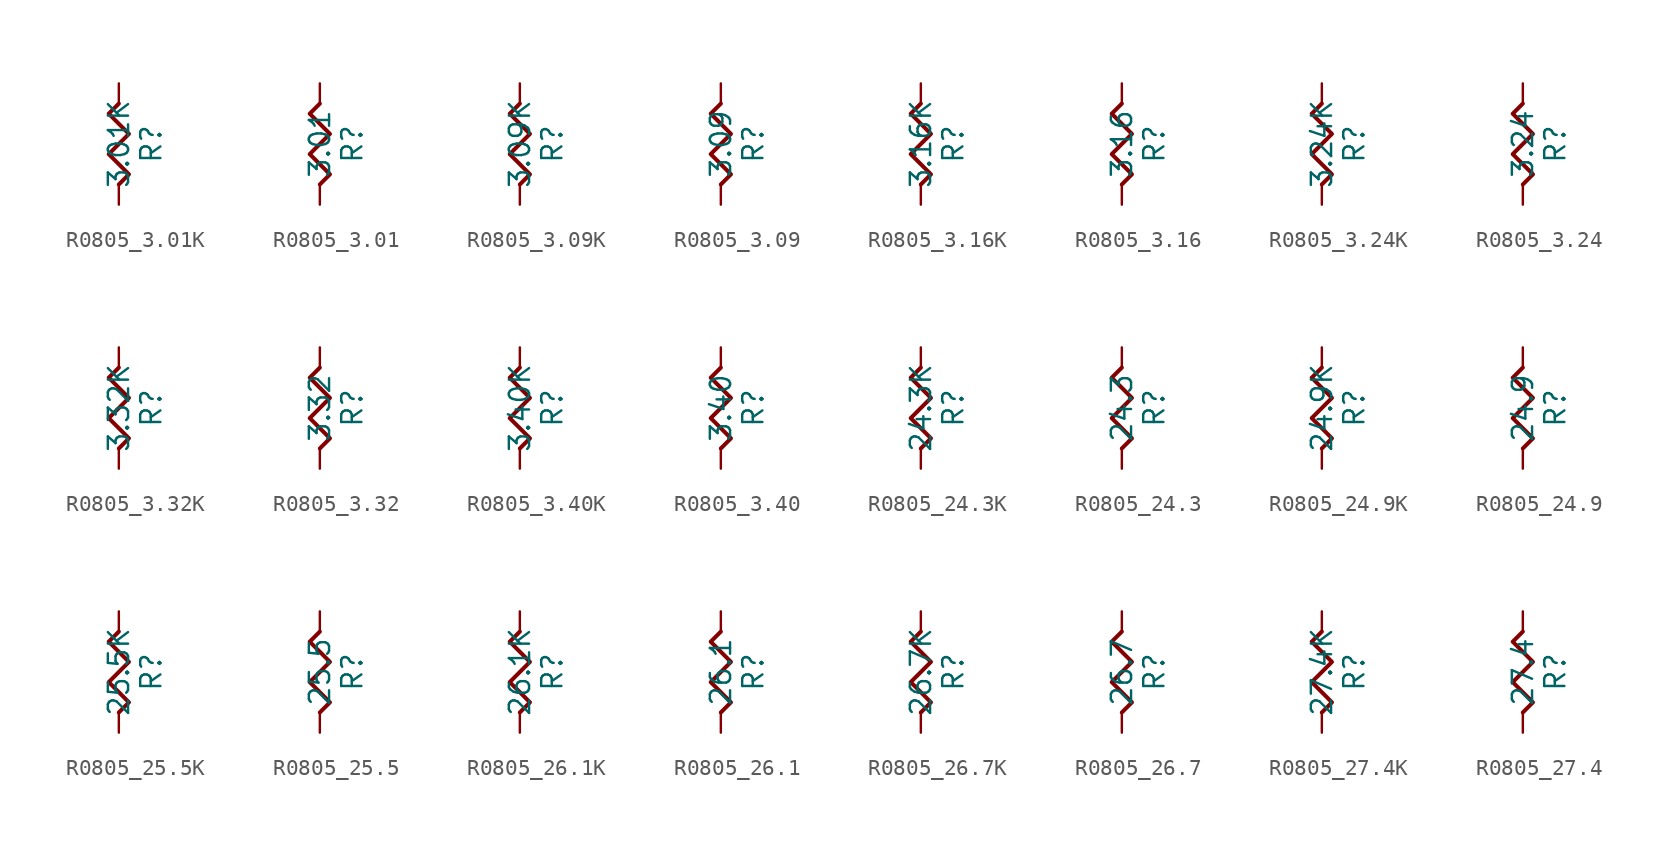
<source format=kicad_sym>
(kicad_symbol_lib
  (version 20211014)
  (generator atlantix-eda)
  (symbol "R0805_3.01K"
    (pin_numbers hide)
    (pin_names
      (offset 0))
    (property "Reference" "R"
      (at 2.032 0 90)
      (effects (font (size 1.27 1.27))))
    (property "Value" "3.01K"
      (at 0 0 90)
      (effects (font (size 1.27 1.27))))
    (symbol "R0805_3.01K_0_1"
      (polyline (pts (xy 0 -2.54) (xy 0.635 -1.905) (xy -0.635 -0.635) (xy 0.635 0.635) (xy -0.635 1.905) (xy 0 2.54)) (stroke (width 0.254) (type default) (color 0 0 0 0)) (fill (type none))))
    (symbol "R0805_3.01K_1_1"
      (pin passive line (at 0 3.81 270) (length 1.27) (name "~" (effects (font (size 1.27 1.27)))) (number "1" (effects (font (size 1.27 1.27)))))
      (pin passive line (at 0 -3.81 90) (length 1.27) (name "~" (effects (font (size 1.27 1.27)))) (number "2" (effects (font (size 1.27 1.27)))))))
  (symbol "R0805_3.01"
    (pin_numbers hide)
    (pin_names
      (offset 0))
    (property "Reference" "R"
      (at 2.032 0 90)
      (effects (font (size 1.27 1.27))))
    (property "Value" "3.01"
      (at 0 0 90)
      (effects (font (size 1.27 1.27))))
    (symbol "R0805_3.01_0_1"
      (polyline (pts (xy 0 -2.54) (xy 0.635 -1.905) (xy -0.635 -0.635) (xy 0.635 0.635) (xy -0.635 1.905) (xy 0 2.54)) (stroke (width 0.254) (type default) (color 0 0 0 0)) (fill (type none))))
    (symbol "R0805_3.01_1_1"
      (pin passive line (at 0 3.81 270) (length 1.27) (name "~" (effects (font (size 1.27 1.27)))) (number "1" (effects (font (size 1.27 1.27)))))
      (pin passive line (at 0 -3.81 90) (length 1.27) (name "~" (effects (font (size 1.27 1.27)))) (number "2" (effects (font (size 1.27 1.27)))))))
  (symbol "R0805_3.09K"
    (pin_numbers hide)
    (pin_names
      (offset 0))
    (property "Reference" "R"
      (at 2.032 0 90)
      (effects (font (size 1.27 1.27))))
    (property "Value" "3.09K"
      (at 0 0 90)
      (effects (font (size 1.27 1.27))))
    (symbol "R0805_3.09K_0_1"
      (polyline (pts (xy 0 -2.54) (xy 0.635 -1.905) (xy -0.635 -0.635) (xy 0.635 0.635) (xy -0.635 1.905) (xy 0 2.54)) (stroke (width 0.254) (type default) (color 0 0 0 0)) (fill (type none))))
    (symbol "R0805_3.09K_1_1"
      (pin passive line (at 0 3.81 270) (length 1.27) (name "~" (effects (font (size 1.27 1.27)))) (number "1" (effects (font (size 1.27 1.27)))))
      (pin passive line (at 0 -3.81 90) (length 1.27) (name "~" (effects (font (size 1.27 1.27)))) (number "2" (effects (font (size 1.27 1.27)))))))
  (symbol "R0805_3.09"
    (pin_numbers hide)
    (pin_names
      (offset 0))
    (property "Reference" "R"
      (at 2.032 0 90)
      (effects (font (size 1.27 1.27))))
    (property "Value" "3.09"
      (at 0 0 90)
      (effects (font (size 1.27 1.27))))
    (symbol "R0805_3.09_0_1"
      (polyline (pts (xy 0 -2.54) (xy 0.635 -1.905) (xy -0.635 -0.635) (xy 0.635 0.635) (xy -0.635 1.905) (xy 0 2.54)) (stroke (width 0.254) (type default) (color 0 0 0 0)) (fill (type none))))
    (symbol "R0805_3.09_1_1"
      (pin passive line (at 0 3.81 270) (length 1.27) (name "~" (effects (font (size 1.27 1.27)))) (number "1" (effects (font (size 1.27 1.27)))))
      (pin passive line (at 0 -3.81 90) (length 1.27) (name "~" (effects (font (size 1.27 1.27)))) (number "2" (effects (font (size 1.27 1.27)))))))
  (symbol "R0805_3.16K"
    (pin_numbers hide)
    (pin_names
      (offset 0))
    (property "Reference" "R"
      (at 2.032 0 90)
      (effects (font (size 1.27 1.27))))
    (property "Value" "3.16K"
      (at 0 0 90)
      (effects (font (size 1.27 1.27))))
    (symbol "R0805_3.16K_0_1"
      (polyline (pts (xy 0 -2.54) (xy 0.635 -1.905) (xy -0.635 -0.635) (xy 0.635 0.635) (xy -0.635 1.905) (xy 0 2.54)) (stroke (width 0.254) (type default) (color 0 0 0 0)) (fill (type none))))
    (symbol "R0805_3.16K_1_1"
      (pin passive line (at 0 3.81 270) (length 1.27) (name "~" (effects (font (size 1.27 1.27)))) (number "1" (effects (font (size 1.27 1.27)))))
      (pin passive line (at 0 -3.81 90) (length 1.27) (name "~" (effects (font (size 1.27 1.27)))) (number "2" (effects (font (size 1.27 1.27)))))))
  (symbol "R0805_3.16"
    (pin_numbers hide)
    (pin_names
      (offset 0))
    (property "Reference" "R"
      (at 2.032 0 90)
      (effects (font (size 1.27 1.27))))
    (property "Value" "3.16"
      (at 0 0 90)
      (effects (font (size 1.27 1.27))))
    (symbol "R0805_3.16_0_1"
      (polyline (pts (xy 0 -2.54) (xy 0.635 -1.905) (xy -0.635 -0.635) (xy 0.635 0.635) (xy -0.635 1.905) (xy 0 2.54)) (stroke (width 0.254) (type default) (color 0 0 0 0)) (fill (type none))))
    (symbol "R0805_3.16_1_1"
      (pin passive line (at 0 3.81 270) (length 1.27) (name "~" (effects (font (size 1.27 1.27)))) (number "1" (effects (font (size 1.27 1.27)))))
      (pin passive line (at 0 -3.81 90) (length 1.27) (name "~" (effects (font (size 1.27 1.27)))) (number "2" (effects (font (size 1.27 1.27)))))))
  (symbol "R0805_3.24K"
    (pin_numbers hide)
    (pin_names
      (offset 0))
    (property "Reference" "R"
      (at 2.032 0 90)
      (effects (font (size 1.27 1.27))))
    (property "Value" "3.24K"
      (at 0 0 90)
      (effects (font (size 1.27 1.27))))
    (symbol "R0805_3.24K_0_1"
      (polyline (pts (xy 0 -2.54) (xy 0.635 -1.905) (xy -0.635 -0.635) (xy 0.635 0.635) (xy -0.635 1.905) (xy 0 2.54)) (stroke (width 0.254) (type default) (color 0 0 0 0)) (fill (type none))))
    (symbol "R0805_3.24K_1_1"
      (pin passive line (at 0 3.81 270) (length 1.27) (name "~" (effects (font (size 1.27 1.27)))) (number "1" (effects (font (size 1.27 1.27)))))
      (pin passive line (at 0 -3.81 90) (length 1.27) (name "~" (effects (font (size 1.27 1.27)))) (number "2" (effects (font (size 1.27 1.27)))))))
  (symbol "R0805_3.24"
    (pin_numbers hide)
    (pin_names
      (offset 0))
    (property "Reference" "R"
      (at 2.032 0 90)
      (effects (font (size 1.27 1.27))))
    (property "Value" "3.24"
      (at 0 0 90)
      (effects (font (size 1.27 1.27))))
    (symbol "R0805_3.24_0_1"
      (polyline (pts (xy 0 -2.54) (xy 0.635 -1.905) (xy -0.635 -0.635) (xy 0.635 0.635) (xy -0.635 1.905) (xy 0 2.54)) (stroke (width 0.254) (type default) (color 0 0 0 0)) (fill (type none))))
    (symbol "R0805_3.24_1_1"
      (pin passive line (at 0 3.81 270) (length 1.27) (name "~" (effects (font (size 1.27 1.27)))) (number "1" (effects (font (size 1.27 1.27)))))
      (pin passive line (at 0 -3.81 90) (length 1.27) (name "~" (effects (font (size 1.27 1.27)))) (number "2" (effects (font (size 1.27 1.27)))))))
  (symbol "R0805_3.32K"
    (pin_numbers hide)
    (pin_names
      (offset 0))
    (property "Reference" "R"
      (at 2.032 0 90)
      (effects (font (size 1.27 1.27))))
    (property "Value" "3.32K"
      (at 0 0 90)
      (effects (font (size 1.27 1.27))))
    (symbol "R0805_3.32K_0_1"
      (polyline (pts (xy 0 -2.54) (xy 0.635 -1.905) (xy -0.635 -0.635) (xy 0.635 0.635) (xy -0.635 1.905) (xy 0 2.54)) (stroke (width 0.254) (type default) (color 0 0 0 0)) (fill (type none))))
    (symbol "R0805_3.32K_1_1"
      (pin passive line (at 0 3.81 270) (length 1.27) (name "~" (effects (font (size 1.27 1.27)))) (number "1" (effects (font (size 1.27 1.27)))))
      (pin passive line (at 0 -3.81 90) (length 1.27) (name "~" (effects (font (size 1.27 1.27)))) (number "2" (effects (font (size 1.27 1.27)))))))
  (symbol "R0805_3.32"
    (pin_numbers hide)
    (pin_names
      (offset 0))
    (property "Reference" "R"
      (at 2.032 0 90)
      (effects (font (size 1.27 1.27))))
    (property "Value" "3.32"
      (at 0 0 90)
      (effects (font (size 1.27 1.27))))
    (symbol "R0805_3.32_0_1"
      (polyline (pts (xy 0 -2.54) (xy 0.635 -1.905) (xy -0.635 -0.635) (xy 0.635 0.635) (xy -0.635 1.905) (xy 0 2.54)) (stroke (width 0.254) (type default) (color 0 0 0 0)) (fill (type none))))
    (symbol "R0805_3.32_1_1"
      (pin passive line (at 0 3.81 270) (length 1.27) (name "~" (effects (font (size 1.27 1.27)))) (number "1" (effects (font (size 1.27 1.27)))))
      (pin passive line (at 0 -3.81 90) (length 1.27) (name "~" (effects (font (size 1.27 1.27)))) (number "2" (effects (font (size 1.27 1.27)))))))
  (symbol "R0805_3.40K"
    (pin_numbers hide)
    (pin_names
      (offset 0))
    (property "Reference" "R"
      (at 2.032 0 90)
      (effects (font (size 1.27 1.27))))
    (property "Value" "3.40K"
      (at 0 0 90)
      (effects (font (size 1.27 1.27))))
    (symbol "R0805_3.40K_0_1"
      (polyline (pts (xy 0 -2.54) (xy 0.635 -1.905) (xy -0.635 -0.635) (xy 0.635 0.635) (xy -0.635 1.905) (xy 0 2.54)) (stroke (width 0.254) (type default) (color 0 0 0 0)) (fill (type none))))
    (symbol "R0805_3.40K_1_1"
      (pin passive line (at 0 3.81 270) (length 1.27) (name "~" (effects (font (size 1.27 1.27)))) (number "1" (effects (font (size 1.27 1.27)))))
      (pin passive line (at 0 -3.81 90) (length 1.27) (name "~" (effects (font (size 1.27 1.27)))) (number "2" (effects (font (size 1.27 1.27)))))))
  (symbol "R0805_3.40"
    (pin_numbers hide)
    (pin_names
      (offset 0))
    (property "Reference" "R"
      (at 2.032 0 90)
      (effects (font (size 1.27 1.27))))
    (property "Value" "3.40"
      (at 0 0 90)
      (effects (font (size 1.27 1.27))))
    (symbol "R0805_3.40_0_1"
      (polyline (pts (xy 0 -2.54) (xy 0.635 -1.905) (xy -0.635 -0.635) (xy 0.635 0.635) (xy -0.635 1.905) (xy 0 2.54)) (stroke (width 0.254) (type default) (color 0 0 0 0)) (fill (type none))))
    (symbol "R0805_3.40_1_1"
      (pin passive line (at 0 3.81 270) (length 1.27) (name "~" (effects (font (size 1.27 1.27)))) (number "1" (effects (font (size 1.27 1.27)))))
      (pin passive line (at 0 -3.81 90) (length 1.27) (name "~" (effects (font (size 1.27 1.27)))) (number "2" (effects (font (size 1.27 1.27)))))))
  (symbol "R0805_24.3K"
    (pin_numbers hide)
    (pin_names
      (offset 0))
    (property "Reference" "R"
      (at 2.032 0 90)
      (effects (font (size 1.27 1.27))))
    (property "Value" "24.3K"
      (at 0 0 90)
      (effects (font (size 1.27 1.27))))
    (symbol "R0805_24.3K_0_1"
      (polyline (pts (xy 0 -2.54) (xy 0.635 -1.905) (xy -0.635 -0.635) (xy 0.635 0.635) (xy -0.635 1.905) (xy 0 2.54)) (stroke (width 0.254) (type default) (color 0 0 0 0)) (fill (type none))))
    (symbol "R0805_24.3K_1_1"
      (pin passive line (at 0 3.81 270) (length 1.27) (name "~" (effects (font (size 1.27 1.27)))) (number "1" (effects (font (size 1.27 1.27)))))
      (pin passive line (at 0 -3.81 90) (length 1.27) (name "~" (effects (font (size 1.27 1.27)))) (number "2" (effects (font (size 1.27 1.27)))))))
  (symbol "R0805_24.3"
    (pin_numbers hide)
    (pin_names
      (offset 0))
    (property "Reference" "R"
      (at 2.032 0 90)
      (effects (font (size 1.27 1.27))))
    (property "Value" "24.3"
      (at 0 0 90)
      (effects (font (size 1.27 1.27))))
    (symbol "R0805_24.3_0_1"
      (polyline (pts (xy 0 -2.54) (xy 0.635 -1.905) (xy -0.635 -0.635) (xy 0.635 0.635) (xy -0.635 1.905) (xy 0 2.54)) (stroke (width 0.254) (type default) (color 0 0 0 0)) (fill (type none))))
    (symbol "R0805_24.3_1_1"
      (pin passive line (at 0 3.81 270) (length 1.27) (name "~" (effects (font (size 1.27 1.27)))) (number "1" (effects (font (size 1.27 1.27)))))
      (pin passive line (at 0 -3.81 90) (length 1.27) (name "~" (effects (font (size 1.27 1.27)))) (number "2" (effects (font (size 1.27 1.27)))))))
  (symbol "R0805_24.9K"
    (pin_numbers hide)
    (pin_names
      (offset 0))
    (property "Reference" "R"
      (at 2.032 0 90)
      (effects (font (size 1.27 1.27))))
    (property "Value" "24.9K"
      (at 0 0 90)
      (effects (font (size 1.27 1.27))))
    (symbol "R0805_24.9K_0_1"
      (polyline (pts (xy 0 -2.54) (xy 0.635 -1.905) (xy -0.635 -0.635) (xy 0.635 0.635) (xy -0.635 1.905) (xy 0 2.54)) (stroke (width 0.254) (type default) (color 0 0 0 0)) (fill (type none))))
    (symbol "R0805_24.9K_1_1"
      (pin passive line (at 0 3.81 270) (length 1.27) (name "~" (effects (font (size 1.27 1.27)))) (number "1" (effects (font (size 1.27 1.27)))))
      (pin passive line (at 0 -3.81 90) (length 1.27) (name "~" (effects (font (size 1.27 1.27)))) (number "2" (effects (font (size 1.27 1.27)))))))
  (symbol "R0805_24.9"
    (pin_numbers hide)
    (pin_names
      (offset 0))
    (property "Reference" "R"
      (at 2.032 0 90)
      (effects (font (size 1.27 1.27))))
    (property "Value" "24.9"
      (at 0 0 90)
      (effects (font (size 1.27 1.27))))
    (symbol "R0805_24.9_0_1"
      (polyline (pts (xy 0 -2.54) (xy 0.635 -1.905) (xy -0.635 -0.635) (xy 0.635 0.635) (xy -0.635 1.905) (xy 0 2.54)) (stroke (width 0.254) (type default) (color 0 0 0 0)) (fill (type none))))
    (symbol "R0805_24.9_1_1"
      (pin passive line (at 0 3.81 270) (length 1.27) (name "~" (effects (font (size 1.27 1.27)))) (number "1" (effects (font (size 1.27 1.27)))))
      (pin passive line (at 0 -3.81 90) (length 1.27) (name "~" (effects (font (size 1.27 1.27)))) (number "2" (effects (font (size 1.27 1.27)))))))
  (symbol "R0805_25.5K"
    (pin_numbers hide)
    (pin_names
      (offset 0))
    (property "Reference" "R"
      (at 2.032 0 90)
      (effects (font (size 1.27 1.27))))
    (property "Value" "25.5K"
      (at 0 0 90)
      (effects (font (size 1.27 1.27))))
    (symbol "R0805_25.5K_0_1"
      (polyline (pts (xy 0 -2.54) (xy 0.635 -1.905) (xy -0.635 -0.635) (xy 0.635 0.635) (xy -0.635 1.905) (xy 0 2.54)) (stroke (width 0.254) (type default) (color 0 0 0 0)) (fill (type none))))
    (symbol "R0805_25.5K_1_1"
      (pin passive line (at 0 3.81 270) (length 1.27) (name "~" (effects (font (size 1.27 1.27)))) (number "1" (effects (font (size 1.27 1.27)))))
      (pin passive line (at 0 -3.81 90) (length 1.27) (name "~" (effects (font (size 1.27 1.27)))) (number "2" (effects (font (size 1.27 1.27)))))))
  (symbol "R0805_25.5"
    (pin_numbers hide)
    (pin_names
      (offset 0))
    (property "Reference" "R"
      (at 2.032 0 90)
      (effects (font (size 1.27 1.27))))
    (property "Value" "25.5"
      (at 0 0 90)
      (effects (font (size 1.27 1.27))))
    (symbol "R0805_25.5_0_1"
      (polyline (pts (xy 0 -2.54) (xy 0.635 -1.905) (xy -0.635 -0.635) (xy 0.635 0.635) (xy -0.635 1.905) (xy 0 2.54)) (stroke (width 0.254) (type default) (color 0 0 0 0)) (fill (type none))))
    (symbol "R0805_25.5_1_1"
      (pin passive line (at 0 3.81 270) (length 1.27) (name "~" (effects (font (size 1.27 1.27)))) (number "1" (effects (font (size 1.27 1.27)))))
      (pin passive line (at 0 -3.81 90) (length 1.27) (name "~" (effects (font (size 1.27 1.27)))) (number "2" (effects (font (size 1.27 1.27)))))))
  (symbol "R0805_26.1K"
    (pin_numbers hide)
    (pin_names
      (offset 0))
    (property "Reference" "R"
      (at 2.032 0 90)
      (effects (font (size 1.27 1.27))))
    (property "Value" "26.1K"
      (at 0 0 90)
      (effects (font (size 1.27 1.27))))
    (symbol "R0805_26.1K_0_1"
      (polyline (pts (xy 0 -2.54) (xy 0.635 -1.905) (xy -0.635 -0.635) (xy 0.635 0.635) (xy -0.635 1.905) (xy 0 2.54)) (stroke (width 0.254) (type default) (color 0 0 0 0)) (fill (type none))))
    (symbol "R0805_26.1K_1_1"
      (pin passive line (at 0 3.81 270) (length 1.27) (name "~" (effects (font (size 1.27 1.27)))) (number "1" (effects (font (size 1.27 1.27)))))
      (pin passive line (at 0 -3.81 90) (length 1.27) (name "~" (effects (font (size 1.27 1.27)))) (number "2" (effects (font (size 1.27 1.27)))))))
  (symbol "R0805_26.1"
    (pin_numbers hide)
    (pin_names
      (offset 0))
    (property "Reference" "R"
      (at 2.032 0 90)
      (effects (font (size 1.27 1.27))))
    (property "Value" "26.1"
      (at 0 0 90)
      (effects (font (size 1.27 1.27))))
    (symbol "R0805_26.1_0_1"
      (polyline (pts (xy 0 -2.54) (xy 0.635 -1.905) (xy -0.635 -0.635) (xy 0.635 0.635) (xy -0.635 1.905) (xy 0 2.54)) (stroke (width 0.254) (type default) (color 0 0 0 0)) (fill (type none))))
    (symbol "R0805_26.1_1_1"
      (pin passive line (at 0 3.81 270) (length 1.27) (name "~" (effects (font (size 1.27 1.27)))) (number "1" (effects (font (size 1.27 1.27)))))
      (pin passive line (at 0 -3.81 90) (length 1.27) (name "~" (effects (font (size 1.27 1.27)))) (number "2" (effects (font (size 1.27 1.27)))))))
  (symbol "R0805_26.7K"
    (pin_numbers hide)
    (pin_names
      (offset 0))
    (property "Reference" "R"
      (at 2.032 0 90)
      (effects (font (size 1.27 1.27))))
    (property "Value" "26.7K"
      (at 0 0 90)
      (effects (font (size 1.27 1.27))))
    (symbol "R0805_26.7K_0_1"
      (polyline (pts (xy 0 -2.54) (xy 0.635 -1.905) (xy -0.635 -0.635) (xy 0.635 0.635) (xy -0.635 1.905) (xy 0 2.54)) (stroke (width 0.254) (type default) (color 0 0 0 0)) (fill (type none))))
    (symbol "R0805_26.7K_1_1"
      (pin passive line (at 0 3.81 270) (length 1.27) (name "~" (effects (font (size 1.27 1.27)))) (number "1" (effects (font (size 1.27 1.27)))))
      (pin passive line (at 0 -3.81 90) (length 1.27) (name "~" (effects (font (size 1.27 1.27)))) (number "2" (effects (font (size 1.27 1.27)))))))
  (symbol "R0805_26.7"
    (pin_numbers hide)
    (pin_names
      (offset 0))
    (property "Reference" "R"
      (at 2.032 0 90)
      (effects (font (size 1.27 1.27))))
    (property "Value" "26.7"
      (at 0 0 90)
      (effects (font (size 1.27 1.27))))
    (symbol "R0805_26.7_0_1"
      (polyline (pts (xy 0 -2.54) (xy 0.635 -1.905) (xy -0.635 -0.635) (xy 0.635 0.635) (xy -0.635 1.905) (xy 0 2.54)) (stroke (width 0.254) (type default) (color 0 0 0 0)) (fill (type none))))
    (symbol "R0805_26.7_1_1"
      (pin passive line (at 0 3.81 270) (length 1.27) (name "~" (effects (font (size 1.27 1.27)))) (number "1" (effects (font (size 1.27 1.27)))))
      (pin passive line (at 0 -3.81 90) (length 1.27) (name "~" (effects (font (size 1.27 1.27)))) (number "2" (effects (font (size 1.27 1.27)))))))
  (symbol "R0805_27.4K"
    (pin_numbers hide)
    (pin_names
      (offset 0))
    (property "Reference" "R"
      (at 2.032 0 90)
      (effects (font (size 1.27 1.27))))
    (property "Value" "27.4K"
      (at 0 0 90)
      (effects (font (size 1.27 1.27))))
    (symbol "R0805_27.4K_0_1"
      (polyline (pts (xy 0 -2.54) (xy 0.635 -1.905) (xy -0.635 -0.635) (xy 0.635 0.635) (xy -0.635 1.905) (xy 0 2.54)) (stroke (width 0.254) (type default) (color 0 0 0 0)) (fill (type none))))
    (symbol "R0805_27.4K_1_1"
      (pin passive line (at 0 3.81 270) (length 1.27) (name "~" (effects (font (size 1.27 1.27)))) (number "1" (effects (font (size 1.27 1.27)))))
      (pin passive line (at 0 -3.81 90) (length 1.27) (name "~" (effects (font (size 1.27 1.27)))) (number "2" (effects (font (size 1.27 1.27)))))))
  (symbol "R0805_27.4"
    (pin_numbers hide)
    (pin_names
      (offset 0))
    (property "Reference" "R"
      (at 2.032 0 90)
      (effects (font (size 1.27 1.27))))
    (property "Value" "27.4"
      (at 0 0 90)
      (effects (font (size 1.27 1.27))))
    (symbol "R0805_27.4_0_1"
      (polyline (pts (xy 0 -2.54) (xy 0.635 -1.905) (xy -0.635 -0.635) (xy 0.635 0.635) (xy -0.635 1.905) (xy 0 2.54)) (stroke (width 0.254) (type default) (color 0 0 0 0)) (fill (type none))))
    (symbol "R0805_27.4_1_1"
      (pin passive line (at 0 3.81 270) (length 1.27) (name "~" (effects (font (size 1.27 1.27)))) (number "1" (effects (font (size 1.27 1.27)))))
      (pin passive line (at 0 -3.81 90) (length 1.27) (name "~" (effects (font (size 1.27 1.27)))) (number "2" (effects (font (size 1.27 1.27))))))))
</source>
